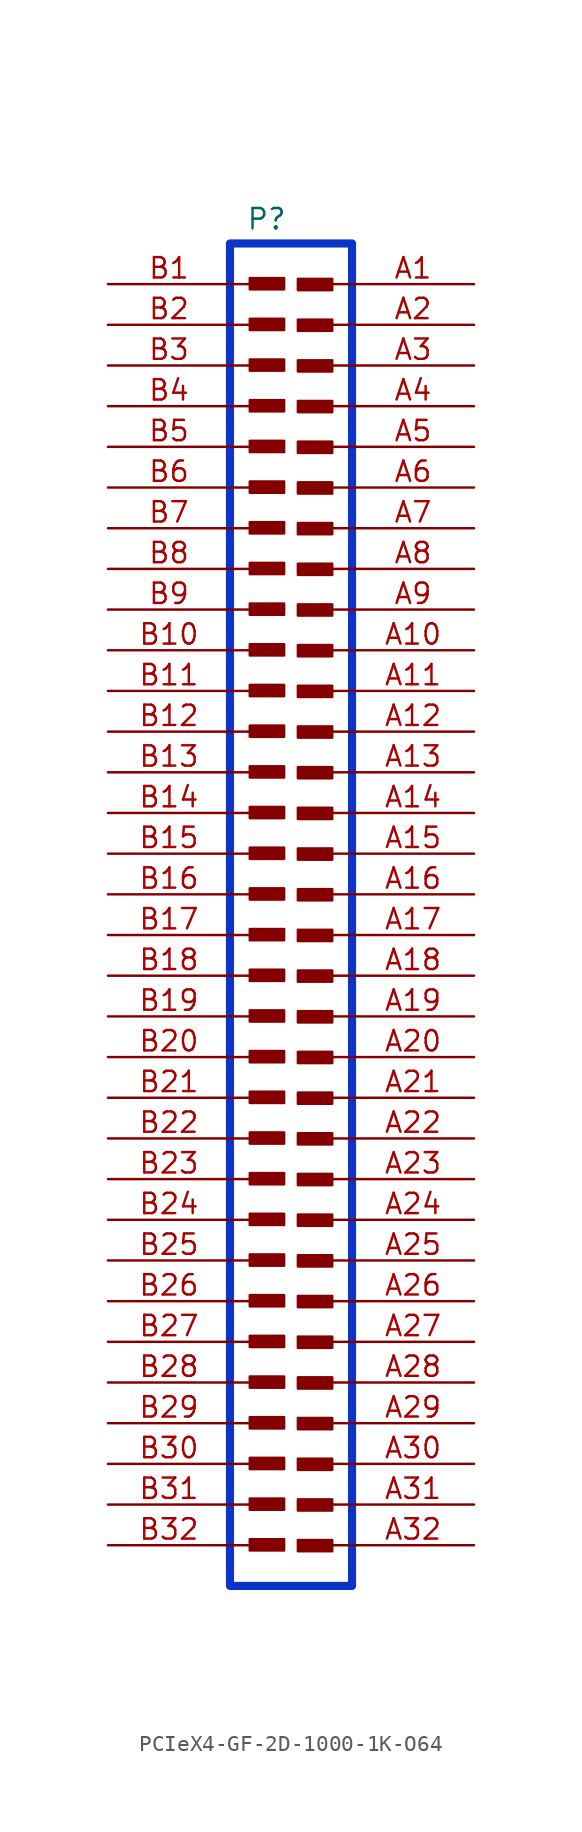
<source format=kicad_sym>
(kicad_symbol_lib
  (version 20231120)
  (generator "kicad_symbol_editor")
  (generator_version "8.0")
  (symbol "PCIeX4-GF-2D-1000-1K-O64"
    (pin_names hide)
    (property "Reference" "P"
      (at -1.524 43.434 0)
      (effects (font (size 1.27 1.27))))
    (property "Value" ""
      (at 0 0 0)
      (effects (font (size 1.27 1.27))))
    (symbol "PCIeX4-GF-2D-1000-1K-O64_0_1"
      (rectangle (start -2.574 -38.993) (end -0.429 -39.696) (stroke (width 0) (type default)) (fill (type outline)))
      (rectangle (start -2.574 -36.453) (end -0.429 -37.156) (stroke (width 0) (type default)) (fill (type outline)))
      (rectangle (start -2.574 -33.913) (end -0.429 -34.616) (stroke (width 0) (type default)) (fill (type outline)))
      (rectangle (start -2.574 -31.373) (end -0.429 -32.076) (stroke (width 0) (type default)) (fill (type outline)))
      (rectangle (start -2.574 -28.833) (end -0.429 -29.536) (stroke (width 0) (type default)) (fill (type outline)))
      (rectangle (start -2.574 -26.293) (end -0.429 -26.996) (stroke (width 0) (type default)) (fill (type outline)))
      (rectangle (start -2.574 -23.753) (end -0.429 -24.456) (stroke (width 0) (type default)) (fill (type outline)))
      (rectangle (start -2.574 -21.213) (end -0.429 -21.916) (stroke (width 0) (type default)) (fill (type outline)))
      (rectangle (start -2.574 -18.673) (end -0.429 -19.376) (stroke (width 0) (type default)) (fill (type outline)))
      (rectangle (start -2.574 -16.133) (end -0.429 -16.836) (stroke (width 0) (type default)) (fill (type outline)))
      (rectangle (start -2.574 -13.593) (end -0.429 -14.296) (stroke (width 0) (type default)) (fill (type outline)))
      (rectangle (start -2.574 -11.053) (end -0.429 -11.756) (stroke (width 0) (type default)) (fill (type outline)))
      (rectangle (start -2.574 -8.513) (end -0.429 -9.216) (stroke (width 0) (type default)) (fill (type outline)))
      (rectangle (start -2.574 -5.973) (end -0.429 -6.676) (stroke (width 0) (type default)) (fill (type outline)))
      (rectangle (start -2.574 -3.433) (end -0.429 -4.136) (stroke (width 0) (type default)) (fill (type outline)))
      (rectangle (start -2.574 -0.893) (end -0.429 -1.596) (stroke (width 0) (type default)) (fill (type outline)))
      (rectangle (start -2.574 1.647) (end -0.429 0.944) (stroke (width 0) (type default)) (fill (type outline)))
      (rectangle (start -2.574 4.187) (end -0.429 3.484) (stroke (width 0) (type default)) (fill (type outline)))
      (rectangle (start -2.574 6.727) (end -0.429 6.024) (stroke (width 0) (type default)) (fill (type outline)))
      (rectangle (start -2.574 9.267) (end -0.429 8.564) (stroke (width 0) (type default)) (fill (type outline)))
      (rectangle (start -2.574 11.807) (end -0.429 11.104) (stroke (width 0) (type default)) (fill (type outline)))
      (rectangle (start -2.574 14.347) (end -0.429 13.644) (stroke (width 0) (type default)) (fill (type outline)))
      (rectangle (start -2.574 16.887) (end -0.429 16.184) (stroke (width 0) (type default)) (fill (type outline)))
      (rectangle (start -2.574 19.427) (end -0.429 18.724) (stroke (width 0) (type default)) (fill (type outline)))
      (rectangle (start -2.574 21.967) (end -0.429 21.264) (stroke (width 0) (type default)) (fill (type outline)))
      (rectangle (start -2.574 24.507) (end -0.429 23.804) (stroke (width 0) (type default)) (fill (type outline)))
      (rectangle (start -2.574 27.047) (end -0.429 26.344) (stroke (width 0) (type default)) (fill (type outline)))
      (rectangle (start -2.574 29.587) (end -0.429 28.884) (stroke (width 0) (type default)) (fill (type outline)))
      (rectangle (start -2.574 32.127) (end -0.429 31.424) (stroke (width 0) (type default)) (fill (type outline)))
      (rectangle (start -2.574 34.667) (end -0.429 33.964) (stroke (width 0) (type default)) (fill (type outline)))
      (rectangle (start -2.574 37.207) (end -0.429 36.504) (stroke (width 0) (type default)) (fill (type outline)))
      (rectangle (start -2.574 39.747) (end -0.429 39.044) (stroke (width 0) (type default)) (fill (type outline)))
      (rectangle (start -1.27 -39.37) (end -1.27 -39.37) (stroke (width 0) (type default)) (fill (type none)))
      (rectangle (start -1.27 -36.83) (end -1.27 -36.83) (stroke (width 0) (type default)) (fill (type none)))
      (rectangle (start -1.27 -34.29) (end -1.27 -34.29) (stroke (width 0) (type default)) (fill (type none)))
      (rectangle (start -1.27 -31.75) (end -1.27 -31.75) (stroke (width 0) (type default)) (fill (type none)))
      (rectangle (start -1.27 -29.21) (end -1.27 -29.21) (stroke (width 0) (type default)) (fill (type none)))
      (rectangle (start -1.27 -26.67) (end -1.27 -26.67) (stroke (width 0) (type default)) (fill (type none)))
      (rectangle (start -1.27 -24.13) (end -1.27 -24.13) (stroke (width 0) (type default)) (fill (type none)))
      (rectangle (start -1.27 -21.59) (end -1.27 -21.59) (stroke (width 0) (type default)) (fill (type none)))
      (rectangle (start -1.27 -19.05) (end -1.27 -19.05) (stroke (width 0) (type default)) (fill (type none)))
      (rectangle (start -1.27 -16.51) (end -1.27 -16.51) (stroke (width 0) (type default)) (fill (type none)))
      (rectangle (start -1.27 -13.97) (end -1.27 -13.97) (stroke (width 0) (type default)) (fill (type none)))
      (rectangle (start -1.27 -11.43) (end -1.27 -11.43) (stroke (width 0) (type default)) (fill (type none)))
      (rectangle (start -1.27 -8.89) (end -1.27 -8.89) (stroke (width 0) (type default)) (fill (type none)))
      (rectangle (start -1.27 -6.35) (end -1.27 -6.35) (stroke (width 0) (type default)) (fill (type none)))
      (rectangle (start -1.27 -3.81) (end -1.27 -3.81) (stroke (width 0) (type default)) (fill (type none)))
      (rectangle (start -1.27 -1.27) (end -1.27 -1.27) (stroke (width 0) (type default)) (fill (type none)))
      (rectangle (start -1.27 1.27) (end -1.27 1.27) (stroke (width 0) (type default)) (fill (type none)))
      (rectangle (start -1.27 3.81) (end -1.27 3.81) (stroke (width 0) (type default)) (fill (type none)))
      (rectangle (start -1.27 6.35) (end -1.27 6.35) (stroke (width 0) (type default)) (fill (type none)))
      (rectangle (start -1.27 8.89) (end -1.27 8.89) (stroke (width 0) (type default)) (fill (type none)))
      (rectangle (start -1.27 11.43) (end -1.27 11.43) (stroke (width 0) (type default)) (fill (type none)))
      (rectangle (start -1.27 13.97) (end -1.27 13.97) (stroke (width 0) (type default)) (fill (type none)))
      (rectangle (start -1.27 16.51) (end -1.27 16.51) (stroke (width 0) (type default)) (fill (type none)))
      (rectangle (start -1.27 19.05) (end -1.27 19.05) (stroke (width 0) (type default)) (fill (type none)))
      (rectangle (start -1.27 21.59) (end -1.27 21.59) (stroke (width 0) (type default)) (fill (type none)))
      (rectangle (start -1.27 24.13) (end -1.27 24.13) (stroke (width 0) (type default)) (fill (type none)))
      (rectangle (start -1.27 26.67) (end -1.27 26.67) (stroke (width 0) (type default)) (fill (type none)))
      (rectangle (start -1.27 29.21) (end -1.27 29.21) (stroke (width 0) (type default)) (fill (type none)))
      (rectangle (start -1.27 31.75) (end -1.27 31.75) (stroke (width 0) (type default)) (fill (type none)))
      (rectangle (start -1.27 34.29) (end -1.27 34.29) (stroke (width 0) (type default)) (fill (type none)))
      (rectangle (start -1.27 36.83) (end -1.27 36.83) (stroke (width 0) (type default)) (fill (type none)))
      (rectangle (start -1.27 39.37) (end -1.27 39.37) (stroke (width 0) (type default)) (fill (type none)))
      (polyline (pts (xy -3.81 -39.37) (xy -1.27 -39.37)) (stroke (width 0) (type default)) (fill (type none)))
      (polyline (pts (xy -3.81 -36.83) (xy -1.27 -36.83)) (stroke (width 0) (type default)) (fill (type none)))
      (polyline (pts (xy -3.81 -34.29) (xy -1.27 -34.29)) (stroke (width 0) (type default)) (fill (type none)))
      (polyline (pts (xy -3.81 -31.75) (xy -1.27 -31.75)) (stroke (width 0) (type default)) (fill (type none)))
      (polyline (pts (xy -3.81 -29.21) (xy -1.27 -29.21)) (stroke (width 0) (type default)) (fill (type none)))
      (polyline (pts (xy -3.81 -26.67) (xy -1.27 -26.67)) (stroke (width 0) (type default)) (fill (type none)))
      (polyline (pts (xy -3.81 -24.13) (xy -1.27 -24.13)) (stroke (width 0) (type default)) (fill (type none)))
      (polyline (pts (xy -3.81 -21.59) (xy -1.27 -21.59)) (stroke (width 0) (type default)) (fill (type none)))
      (polyline (pts (xy -3.81 -19.05) (xy -1.27 -19.05)) (stroke (width 0) (type default)) (fill (type none)))
      (polyline (pts (xy -3.81 -16.51) (xy -1.27 -16.51)) (stroke (width 0) (type default)) (fill (type none)))
      (polyline (pts (xy -3.81 -13.97) (xy -1.27 -13.97)) (stroke (width 0) (type default)) (fill (type none)))
      (polyline (pts (xy -3.81 -11.43) (xy -1.27 -11.43)) (stroke (width 0) (type default)) (fill (type none)))
      (polyline (pts (xy -3.81 -8.89) (xy -1.27 -8.89)) (stroke (width 0) (type default)) (fill (type none)))
      (polyline (pts (xy -3.81 -6.35) (xy -1.27 -6.35)) (stroke (width 0) (type default)) (fill (type none)))
      (polyline (pts (xy -3.81 -3.81) (xy -1.27 -3.81)) (stroke (width 0) (type default)) (fill (type none)))
      (polyline (pts (xy -3.81 -1.27) (xy -1.27 -1.27)) (stroke (width 0) (type default)) (fill (type none)))
      (polyline (pts (xy -3.81 1.27) (xy -1.27 1.27)) (stroke (width 0) (type default)) (fill (type none)))
      (polyline (pts (xy -3.81 3.81) (xy -1.27 3.81)) (stroke (width 0) (type default)) (fill (type none)))
      (polyline (pts (xy -3.81 6.35) (xy -1.27 6.35)) (stroke (width 0) (type default)) (fill (type none)))
      (polyline (pts (xy -3.81 8.89) (xy -1.27 8.89)) (stroke (width 0) (type default)) (fill (type none)))
      (polyline (pts (xy -3.81 11.43) (xy -1.27 11.43)) (stroke (width 0) (type default)) (fill (type none)))
      (polyline (pts (xy -3.81 13.97) (xy -1.27 13.97)) (stroke (width 0) (type default)) (fill (type none)))
      (polyline (pts (xy -3.81 16.51) (xy -1.27 16.51)) (stroke (width 0) (type default)) (fill (type none)))
      (polyline (pts (xy -3.81 19.05) (xy -1.27 19.05)) (stroke (width 0) (type default)) (fill (type none)))
      (polyline (pts (xy -3.81 21.59) (xy -1.27 21.59)) (stroke (width 0) (type default)) (fill (type none)))
      (polyline (pts (xy -3.81 24.13) (xy -1.27 24.13)) (stroke (width 0) (type default)) (fill (type none)))
      (polyline (pts (xy -3.81 26.67) (xy -1.27 26.67)) (stroke (width 0) (type default)) (fill (type none)))
      (polyline (pts (xy -3.81 29.21) (xy -1.27 29.21)) (stroke (width 0) (type default)) (fill (type none)))
      (polyline (pts (xy -3.81 31.75) (xy -1.27 31.75)) (stroke (width 0) (type default)) (fill (type none)))
      (polyline (pts (xy -3.81 34.29) (xy -1.27 34.29)) (stroke (width 0) (type default)) (fill (type none)))
      (polyline (pts (xy -3.81 36.83) (xy -1.27 36.83)) (stroke (width 0) (type default)) (fill (type none)))
      (polyline (pts (xy -3.81 39.37) (xy -1.27 39.37)) (stroke (width 0) (type default)) (fill (type none)))
      (polyline (pts (xy 3.81 -39.37) (xy 1.27 -39.37)) (stroke (width 0) (type default)) (fill (type none)))
      (polyline (pts (xy 3.81 -36.83) (xy 1.27 -36.83)) (stroke (width 0) (type default)) (fill (type none)))
      (polyline (pts (xy 3.81 -34.29) (xy 1.27 -34.29)) (stroke (width 0) (type default)) (fill (type none)))
      (polyline (pts (xy 3.81 -31.75) (xy 1.27 -31.75)) (stroke (width 0) (type default)) (fill (type none)))
      (polyline (pts (xy 3.81 -29.21) (xy 1.27 -29.21)) (stroke (width 0) (type default)) (fill (type none)))
      (polyline (pts (xy 3.81 -26.67) (xy 1.27 -26.67)) (stroke (width 0) (type default)) (fill (type none)))
      (polyline (pts (xy 3.81 -24.13) (xy 1.27 -24.13)) (stroke (width 0) (type default)) (fill (type none)))
      (polyline (pts (xy 3.81 -21.59) (xy 1.27 -21.59)) (stroke (width 0) (type default)) (fill (type none)))
      (polyline (pts (xy 3.81 -19.05) (xy 1.27 -19.05)) (stroke (width 0) (type default)) (fill (type none)))
      (polyline (pts (xy 3.81 -16.51) (xy 1.27 -16.51)) (stroke (width 0) (type default)) (fill (type none)))
      (polyline (pts (xy 3.81 -13.97) (xy 1.27 -13.97)) (stroke (width 0) (type default)) (fill (type none)))
      (polyline (pts (xy 3.81 -11.43) (xy 1.27 -11.43)) (stroke (width 0) (type default)) (fill (type none)))
      (polyline (pts (xy 3.81 -8.89) (xy 1.27 -8.89)) (stroke (width 0) (type default)) (fill (type none)))
      (polyline (pts (xy 3.81 -6.35) (xy 1.27 -6.35)) (stroke (width 0) (type default)) (fill (type none)))
      (polyline (pts (xy 3.81 -3.81) (xy 1.27 -3.81)) (stroke (width 0) (type default)) (fill (type none)))
      (polyline (pts (xy 3.81 -1.27) (xy 1.27 -1.27)) (stroke (width 0) (type default)) (fill (type none)))
      (polyline (pts (xy 3.81 1.27) (xy 1.27 1.27)) (stroke (width 0) (type default)) (fill (type none)))
      (polyline (pts (xy 3.81 3.81) (xy 1.27 3.81)) (stroke (width 0) (type default)) (fill (type none)))
      (polyline (pts (xy 3.81 6.35) (xy 1.27 6.35)) (stroke (width 0) (type default)) (fill (type none)))
      (polyline (pts (xy 3.81 8.89) (xy 1.27 8.89)) (stroke (width 0) (type default)) (fill (type none)))
      (polyline (pts (xy 3.81 11.43) (xy 1.27 11.43)) (stroke (width 0) (type default)) (fill (type none)))
      (polyline (pts (xy 3.81 13.97) (xy 1.27 13.97)) (stroke (width 0) (type default)) (fill (type none)))
      (polyline (pts (xy 3.81 16.51) (xy 1.27 16.51)) (stroke (width 0) (type default)) (fill (type none)))
      (polyline (pts (xy 3.81 19.05) (xy 1.27 19.05)) (stroke (width 0) (type default)) (fill (type none)))
      (polyline (pts (xy 3.81 21.59) (xy 1.27 21.59)) (stroke (width 0) (type default)) (fill (type none)))
      (polyline (pts (xy 3.81 24.13) (xy 1.27 24.13)) (stroke (width 0) (type default)) (fill (type none)))
      (polyline (pts (xy 3.81 26.67) (xy 1.27 26.67)) (stroke (width 0) (type default)) (fill (type none)))
      (polyline (pts (xy 3.81 29.21) (xy 1.27 29.21)) (stroke (width 0) (type default)) (fill (type none)))
      (polyline (pts (xy 3.81 31.75) (xy 1.27 31.75)) (stroke (width 0) (type default)) (fill (type none)))
      (polyline (pts (xy 3.81 34.29) (xy 1.27 34.29)) (stroke (width 0) (type default)) (fill (type none)))
      (polyline (pts (xy 3.81 36.83) (xy 1.27 36.83)) (stroke (width 0) (type default)) (fill (type none)))
      (polyline (pts (xy 3.81 39.37) (xy 1.27 39.37)) (stroke (width 0) (type default)) (fill (type none)))
      (polyline (pts (xy -3.81 41.91) (xy -3.81 -41.91) (xy 3.81 -41.91) (xy 3.81 41.91) (xy -3.81 41.91)) (stroke (width 0.508) (type default) (color 12 53 199 1)) (fill (type none)))
      (rectangle (start 1.27 -39.37) (end 1.27 -39.37) (stroke (width 0) (type default)) (fill (type none)))
      (rectangle (start 1.27 -36.83) (end 1.27 -36.83) (stroke (width 0) (type default)) (fill (type none)))
      (rectangle (start 1.27 -34.29) (end 1.27 -34.29) (stroke (width 0) (type default)) (fill (type none)))
      (rectangle (start 1.27 -31.75) (end 1.27 -31.75) (stroke (width 0) (type default)) (fill (type none)))
      (rectangle (start 1.27 -29.21) (end 1.27 -29.21) (stroke (width 0) (type default)) (fill (type none)))
      (rectangle (start 1.27 -26.67) (end 1.27 -26.67) (stroke (width 0) (type default)) (fill (type none)))
      (rectangle (start 1.27 -24.13) (end 1.27 -24.13) (stroke (width 0) (type default)) (fill (type none)))
      (rectangle (start 1.27 -21.59) (end 1.27 -21.59) (stroke (width 0) (type default)) (fill (type none)))
      (rectangle (start 1.27 -19.05) (end 1.27 -19.05) (stroke (width 0) (type default)) (fill (type none)))
      (rectangle (start 1.27 -16.51) (end 1.27 -16.51) (stroke (width 0) (type default)) (fill (type none)))
      (rectangle (start 1.27 -13.97) (end 1.27 -13.97) (stroke (width 0) (type default)) (fill (type none)))
      (rectangle (start 1.27 -11.43) (end 1.27 -11.43) (stroke (width 0) (type default)) (fill (type none)))
      (rectangle (start 1.27 -8.89) (end 1.27 -8.89) (stroke (width 0) (type default)) (fill (type none)))
      (rectangle (start 1.27 -6.35) (end 1.27 -6.35) (stroke (width 0) (type default)) (fill (type none)))
      (rectangle (start 1.27 -3.81) (end 1.27 -3.81) (stroke (width 0) (type default)) (fill (type none)))
      (rectangle (start 1.27 -1.27) (end 1.27 -1.27) (stroke (width 0) (type default)) (fill (type none)))
      (rectangle (start 1.27 1.27) (end 1.27 1.27) (stroke (width 0) (type default)) (fill (type none)))
      (rectangle (start 1.27 3.81) (end 1.27 3.81) (stroke (width 0) (type default)) (fill (type none)))
      (rectangle (start 1.27 6.35) (end 1.27 6.35) (stroke (width 0) (type default)) (fill (type none)))
      (rectangle (start 1.27 8.89) (end 1.27 8.89) (stroke (width 0) (type default)) (fill (type none)))
      (rectangle (start 1.27 11.43) (end 1.27 11.43) (stroke (width 0) (type default)) (fill (type none)))
      (rectangle (start 1.27 13.97) (end 1.27 13.97) (stroke (width 0) (type default)) (fill (type none)))
      (rectangle (start 1.27 16.51) (end 1.27 16.51) (stroke (width 0) (type default)) (fill (type none)))
      (rectangle (start 1.27 19.05) (end 1.27 19.05) (stroke (width 0) (type default)) (fill (type none)))
      (rectangle (start 1.27 21.59) (end 1.27 21.59) (stroke (width 0) (type default)) (fill (type none)))
      (rectangle (start 1.27 24.13) (end 1.27 24.13) (stroke (width 0) (type default)) (fill (type none)))
      (rectangle (start 1.27 26.67) (end 1.27 26.67) (stroke (width 0) (type default)) (fill (type none)))
      (rectangle (start 1.27 29.21) (end 1.27 29.21) (stroke (width 0) (type default)) (fill (type none)))
      (rectangle (start 1.27 31.75) (end 1.27 31.75) (stroke (width 0) (type default)) (fill (type none)))
      (rectangle (start 1.27 34.29) (end 1.27 34.29) (stroke (width 0) (type default)) (fill (type none)))
      (rectangle (start 1.27 36.83) (end 1.27 36.83) (stroke (width 0) (type default)) (fill (type none)))
      (rectangle (start 1.27 39.37) (end 1.27 39.37) (stroke (width 0) (type default)) (fill (type none)))
      (rectangle (start 2.574 -39.747) (end 0.429 -39.044) (stroke (width 0) (type default)) (fill (type outline)))
      (rectangle (start 2.574 -37.207) (end 0.429 -36.504) (stroke (width 0) (type default)) (fill (type outline)))
      (rectangle (start 2.574 -34.667) (end 0.429 -33.964) (stroke (width 0) (type default)) (fill (type outline)))
      (rectangle (start 2.574 -32.127) (end 0.429 -31.424) (stroke (width 0) (type default)) (fill (type outline)))
      (rectangle (start 2.574 -29.587) (end 0.429 -28.884) (stroke (width 0) (type default)) (fill (type outline)))
      (rectangle (start 2.574 -27.047) (end 0.429 -26.344) (stroke (width 0) (type default)) (fill (type outline)))
      (rectangle (start 2.574 -24.507) (end 0.429 -23.804) (stroke (width 0) (type default)) (fill (type outline)))
      (rectangle (start 2.574 -21.967) (end 0.429 -21.264) (stroke (width 0) (type default)) (fill (type outline)))
      (rectangle (start 2.574 -19.427) (end 0.429 -18.724) (stroke (width 0) (type default)) (fill (type outline)))
      (rectangle (start 2.574 -16.887) (end 0.429 -16.184) (stroke (width 0) (type default)) (fill (type outline)))
      (rectangle (start 2.574 -14.347) (end 0.429 -13.644) (stroke (width 0) (type default)) (fill (type outline)))
      (rectangle (start 2.574 -11.807) (end 0.429 -11.104) (stroke (width 0) (type default)) (fill (type outline)))
      (rectangle (start 2.574 -9.267) (end 0.429 -8.564) (stroke (width 0) (type default)) (fill (type outline)))
      (rectangle (start 2.574 -6.727) (end 0.429 -6.024) (stroke (width 0) (type default)) (fill (type outline)))
      (rectangle (start 2.574 -4.187) (end 0.429 -3.484) (stroke (width 0) (type default)) (fill (type outline)))
      (rectangle (start 2.574 -1.647) (end 0.429 -0.944) (stroke (width 0) (type default)) (fill (type outline)))
      (rectangle (start 2.574 0.893) (end 0.429 1.596) (stroke (width 0) (type default)) (fill (type outline)))
      (rectangle (start 2.574 3.433) (end 0.429 4.136) (stroke (width 0) (type default)) (fill (type outline)))
      (rectangle (start 2.574 5.973) (end 0.429 6.676) (stroke (width 0) (type default)) (fill (type outline)))
      (rectangle (start 2.574 8.513) (end 0.429 9.216) (stroke (width 0) (type default)) (fill (type outline)))
      (rectangle (start 2.574 11.053) (end 0.429 11.756) (stroke (width 0) (type default)) (fill (type outline)))
      (rectangle (start 2.574 13.593) (end 0.429 14.296) (stroke (width 0) (type default)) (fill (type outline)))
      (rectangle (start 2.574 16.133) (end 0.429 16.836) (stroke (width 0) (type default)) (fill (type outline)))
      (rectangle (start 2.574 18.673) (end 0.429 19.376) (stroke (width 0) (type default)) (fill (type outline)))
      (rectangle (start 2.574 21.213) (end 0.429 21.916) (stroke (width 0) (type default)) (fill (type outline)))
      (rectangle (start 2.574 23.753) (end 0.429 24.456) (stroke (width 0) (type default)) (fill (type outline)))
      (rectangle (start 2.574 26.293) (end 0.429 26.996) (stroke (width 0) (type default)) (fill (type outline)))
      (rectangle (start 2.574 28.833) (end 0.429 29.536) (stroke (width 0) (type default)) (fill (type outline)))
      (rectangle (start 2.574 31.373) (end 0.429 32.076) (stroke (width 0) (type default)) (fill (type outline)))
      (rectangle (start 2.574 33.913) (end 0.429 34.616) (stroke (width 0) (type default)) (fill (type outline)))
      (rectangle (start 2.574 36.453) (end 0.429 37.156) (stroke (width 0) (type default)) (fill (type outline)))
      (rectangle (start 2.574 38.993) (end 0.429 39.696) (stroke (width 0) (type default)) (fill (type outline))))
    (symbol "PCIeX4-GF-2D-1000-1K-O64_1_1"
      (pin bidirectional line (at 11.43 39.37 180) (length 7.62) (name "" (effects (font (size 1.27 1.27)))) (number "A1" (effects (font (size 1.27 1.27)))))
      (pin bidirectional line (at 11.43 16.51 180) (length 7.62) (name "" (effects (font (size 1.27 1.27)))) (number "A10" (effects (font (size 1.27 1.27)))))
      (pin bidirectional line (at 11.43 13.97 180) (length 7.62) (name "" (effects (font (size 1.27 1.27)))) (number "A11" (effects (font (size 1.27 1.27)))))
      (pin bidirectional line (at 11.43 11.43 180) (length 7.62) (name "" (effects (font (size 1.27 1.27)))) (number "A12" (effects (font (size 1.27 1.27)))))
      (pin bidirectional line (at 11.43 8.89 180) (length 7.62) (name "" (effects (font (size 1.27 1.27)))) (number "A13" (effects (font (size 1.27 1.27)))))
      (pin bidirectional line (at 11.43 6.35 180) (length 7.62) (name "" (effects (font (size 1.27 1.27)))) (number "A14" (effects (font (size 1.27 1.27)))))
      (pin bidirectional line (at 11.43 3.81 180) (length 7.62) (name "" (effects (font (size 1.27 1.27)))) (number "A15" (effects (font (size 1.27 1.27)))))
      (pin bidirectional line (at 11.43 1.27 180) (length 7.62) (name "" (effects (font (size 1.27 1.27)))) (number "A16" (effects (font (size 1.27 1.27)))))
      (pin bidirectional line (at 11.43 -1.27 180) (length 7.62) (name "" (effects (font (size 1.27 1.27)))) (number "A17" (effects (font (size 1.27 1.27)))))
      (pin bidirectional line (at 11.43 -3.81 180) (length 7.62) (name "" (effects (font (size 1.27 1.27)))) (number "A18" (effects (font (size 1.27 1.27)))))
      (pin bidirectional line (at 11.43 -6.35 180) (length 7.62) (name "" (effects (font (size 1.27 1.27)))) (number "A19" (effects (font (size 1.27 1.27)))))
      (pin bidirectional line (at 11.43 36.83 180) (length 7.62) (name "" (effects (font (size 1.27 1.27)))) (number "A2" (effects (font (size 1.27 1.27)))))
      (pin bidirectional line (at 11.43 -8.89 180) (length 7.62) (name "" (effects (font (size 1.27 1.27)))) (number "A20" (effects (font (size 1.27 1.27)))))
      (pin bidirectional line (at 11.43 -11.43 180) (length 7.62) (name "" (effects (font (size 1.27 1.27)))) (number "A21" (effects (font (size 1.27 1.27)))))
      (pin bidirectional line (at 11.43 -13.97 180) (length 7.62) (name "" (effects (font (size 1.27 1.27)))) (number "A22" (effects (font (size 1.27 1.27)))))
      (pin bidirectional line (at 11.43 -16.51 180) (length 7.62) (name "" (effects (font (size 1.27 1.27)))) (number "A23" (effects (font (size 1.27 1.27)))))
      (pin bidirectional line (at 11.43 -19.05 180) (length 7.62) (name "" (effects (font (size 1.27 1.27)))) (number "A24" (effects (font (size 1.27 1.27)))))
      (pin bidirectional line (at 11.43 -21.59 180) (length 7.62) (name "" (effects (font (size 1.27 1.27)))) (number "A25" (effects (font (size 1.27 1.27)))))
      (pin bidirectional line (at 11.43 -24.13 180) (length 7.62) (name "" (effects (font (size 1.27 1.27)))) (number "A26" (effects (font (size 1.27 1.27)))))
      (pin bidirectional line (at 11.43 -26.67 180) (length 7.62) (name "" (effects (font (size 1.27 1.27)))) (number "A27" (effects (font (size 1.27 1.27)))))
      (pin bidirectional line (at 11.43 -29.21 180) (length 7.62) (name "" (effects (font (size 1.27 1.27)))) (number "A28" (effects (font (size 1.27 1.27)))))
      (pin bidirectional line (at 11.43 -31.75 180) (length 7.62) (name "" (effects (font (size 1.27 1.27)))) (number "A29" (effects (font (size 1.27 1.27)))))
      (pin bidirectional line (at 11.43 34.29 180) (length 7.62) (name "" (effects (font (size 1.27 1.27)))) (number "A3" (effects (font (size 1.27 1.27)))))
      (pin bidirectional line (at 11.43 -34.29 180) (length 7.62) (name "" (effects (font (size 1.27 1.27)))) (number "A30" (effects (font (size 1.27 1.27)))))
      (pin bidirectional line (at 11.43 -36.83 180) (length 7.62) (name "" (effects (font (size 1.27 1.27)))) (number "A31" (effects (font (size 1.27 1.27)))))
      (pin bidirectional line (at 11.43 -39.37 180) (length 7.62) (name "" (effects (font (size 1.27 1.27)))) (number "A32" (effects (font (size 1.27 1.27)))))
      (pin bidirectional line (at 11.43 31.75 180) (length 7.62) (name "" (effects (font (size 1.27 1.27)))) (number "A4" (effects (font (size 1.27 1.27)))))
      (pin bidirectional line (at 11.43 29.21 180) (length 7.62) (name "" (effects (font (size 1.27 1.27)))) (number "A5" (effects (font (size 1.27 1.27)))))
      (pin bidirectional line (at 11.43 26.67 180) (length 7.62) (name "" (effects (font (size 1.27 1.27)))) (number "A6" (effects (font (size 1.27 1.27)))))
      (pin bidirectional line (at 11.43 24.13 180) (length 7.62) (name "" (effects (font (size 1.27 1.27)))) (number "A7" (effects (font (size 1.27 1.27)))))
      (pin bidirectional line (at 11.43 21.59 180) (length 7.62) (name "" (effects (font (size 1.27 1.27)))) (number "A8" (effects (font (size 1.27 1.27)))))
      (pin bidirectional line (at 11.43 19.05 180) (length 7.62) (name "" (effects (font (size 1.27 1.27)))) (number "A9" (effects (font (size 1.27 1.27)))))
      (pin bidirectional line (at -11.43 39.37 0) (length 7.62) (name "" (effects (font (size 1.27 1.27)))) (number "B1" (effects (font (size 1.27 1.27)))))
      (pin bidirectional line (at -11.43 16.51 0) (length 7.62) (name "" (effects (font (size 1.27 1.27)))) (number "B10" (effects (font (size 1.27 1.27)))))
      (pin bidirectional line (at -11.43 13.97 0) (length 7.62) (name "" (effects (font (size 1.27 1.27)))) (number "B11" (effects (font (size 1.27 1.27)))))
      (pin bidirectional line (at -11.43 11.43 0) (length 7.62) (name "" (effects (font (size 1.27 1.27)))) (number "B12" (effects (font (size 1.27 1.27)))))
      (pin bidirectional line (at -11.43 8.89 0) (length 7.62) (name "" (effects (font (size 1.27 1.27)))) (number "B13" (effects (font (size 1.27 1.27)))))
      (pin bidirectional line (at -11.43 6.35 0) (length 7.62) (name "" (effects (font (size 1.27 1.27)))) (number "B14" (effects (font (size 1.27 1.27)))))
      (pin bidirectional line (at -11.43 3.81 0) (length 7.62) (name "" (effects (font (size 1.27 1.27)))) (number "B15" (effects (font (size 1.27 1.27)))))
      (pin bidirectional line (at -11.43 1.27 0) (length 7.62) (name "" (effects (font (size 1.27 1.27)))) (number "B16" (effects (font (size 1.27 1.27)))))
      (pin bidirectional line (at -11.43 -1.27 0) (length 7.62) (name "" (effects (font (size 1.27 1.27)))) (number "B17" (effects (font (size 1.27 1.27)))))
      (pin bidirectional line (at -11.43 -3.81 0) (length 7.62) (name "" (effects (font (size 1.27 1.27)))) (number "B18" (effects (font (size 1.27 1.27)))))
      (pin bidirectional line (at -11.43 -6.35 0) (length 7.62) (name "" (effects (font (size 1.27 1.27)))) (number "B19" (effects (font (size 1.27 1.27)))))
      (pin bidirectional line (at -11.43 36.83 0) (length 7.62) (name "" (effects (font (size 1.27 1.27)))) (number "B2" (effects (font (size 1.27 1.27)))))
      (pin bidirectional line (at -11.43 -8.89 0) (length 7.62) (name "" (effects (font (size 1.27 1.27)))) (number "B20" (effects (font (size 1.27 1.27)))))
      (pin bidirectional line (at -11.43 -11.43 0) (length 7.62) (name "" (effects (font (size 1.27 1.27)))) (number "B21" (effects (font (size 1.27 1.27)))))
      (pin bidirectional line (at -11.43 -13.97 0) (length 7.62) (name "" (effects (font (size 1.27 1.27)))) (number "B22" (effects (font (size 1.27 1.27)))))
      (pin bidirectional line (at -11.43 -16.51 0) (length 7.62) (name "" (effects (font (size 1.27 1.27)))) (number "B23" (effects (font (size 1.27 1.27)))))
      (pin bidirectional line (at -11.43 -19.05 0) (length 7.62) (name "" (effects (font (size 1.27 1.27)))) (number "B24" (effects (font (size 1.27 1.27)))))
      (pin bidirectional line (at -11.43 -21.59 0) (length 7.62) (name "" (effects (font (size 1.27 1.27)))) (number "B25" (effects (font (size 1.27 1.27)))))
      (pin bidirectional line (at -11.43 -24.13 0) (length 7.62) (name "" (effects (font (size 1.27 1.27)))) (number "B26" (effects (font (size 1.27 1.27)))))
      (pin bidirectional line (at -11.43 -26.67 0) (length 7.62) (name "" (effects (font (size 1.27 1.27)))) (number "B27" (effects (font (size 1.27 1.27)))))
      (pin bidirectional line (at -11.43 -29.21 0) (length 7.62) (name "" (effects (font (size 1.27 1.27)))) (number "B28" (effects (font (size 1.27 1.27)))))
      (pin bidirectional line (at -11.43 -31.75 0) (length 7.62) (name "" (effects (font (size 1.27 1.27)))) (number "B29" (effects (font (size 1.27 1.27)))))
      (pin bidirectional line (at -11.43 34.29 0) (length 7.62) (name "" (effects (font (size 1.27 1.27)))) (number "B3" (effects (font (size 1.27 1.27)))))
      (pin bidirectional line (at -11.43 -34.29 0) (length 7.62) (name "" (effects (font (size 1.27 1.27)))) (number "B30" (effects (font (size 1.27 1.27)))))
      (pin bidirectional line (at -11.43 -36.83 0) (length 7.62) (name "" (effects (font (size 1.27 1.27)))) (number "B31" (effects (font (size 1.27 1.27)))))
      (pin bidirectional line (at -11.43 -39.37 0) (length 7.62) (name "" (effects (font (size 1.27 1.27)))) (number "B32" (effects (font (size 1.27 1.27)))))
      (pin bidirectional line (at -11.43 31.75 0) (length 7.62) (name "" (effects (font (size 1.27 1.27)))) (number "B4" (effects (font (size 1.27 1.27)))))
      (pin bidirectional line (at -11.43 29.21 0) (length 7.62) (name "" (effects (font (size 1.27 1.27)))) (number "B5" (effects (font (size 1.27 1.27)))))
      (pin bidirectional line (at -11.43 26.67 0) (length 7.62) (name "" (effects (font (size 1.27 1.27)))) (number "B6" (effects (font (size 1.27 1.27)))))
      (pin bidirectional line (at -11.43 24.13 0) (length 7.62) (name "" (effects (font (size 1.27 1.27)))) (number "B7" (effects (font (size 1.27 1.27)))))
      (pin bidirectional line (at -11.43 21.59 0) (length 7.62) (name "" (effects (font (size 1.27 1.27)))) (number "B8" (effects (font (size 1.27 1.27)))))
      (pin bidirectional line (at -11.43 19.05 0) (length 7.62) (name "" (effects (font (size 1.27 1.27)))) (number "B9" (effects (font (size 1.27 1.27))))))))
</source>
